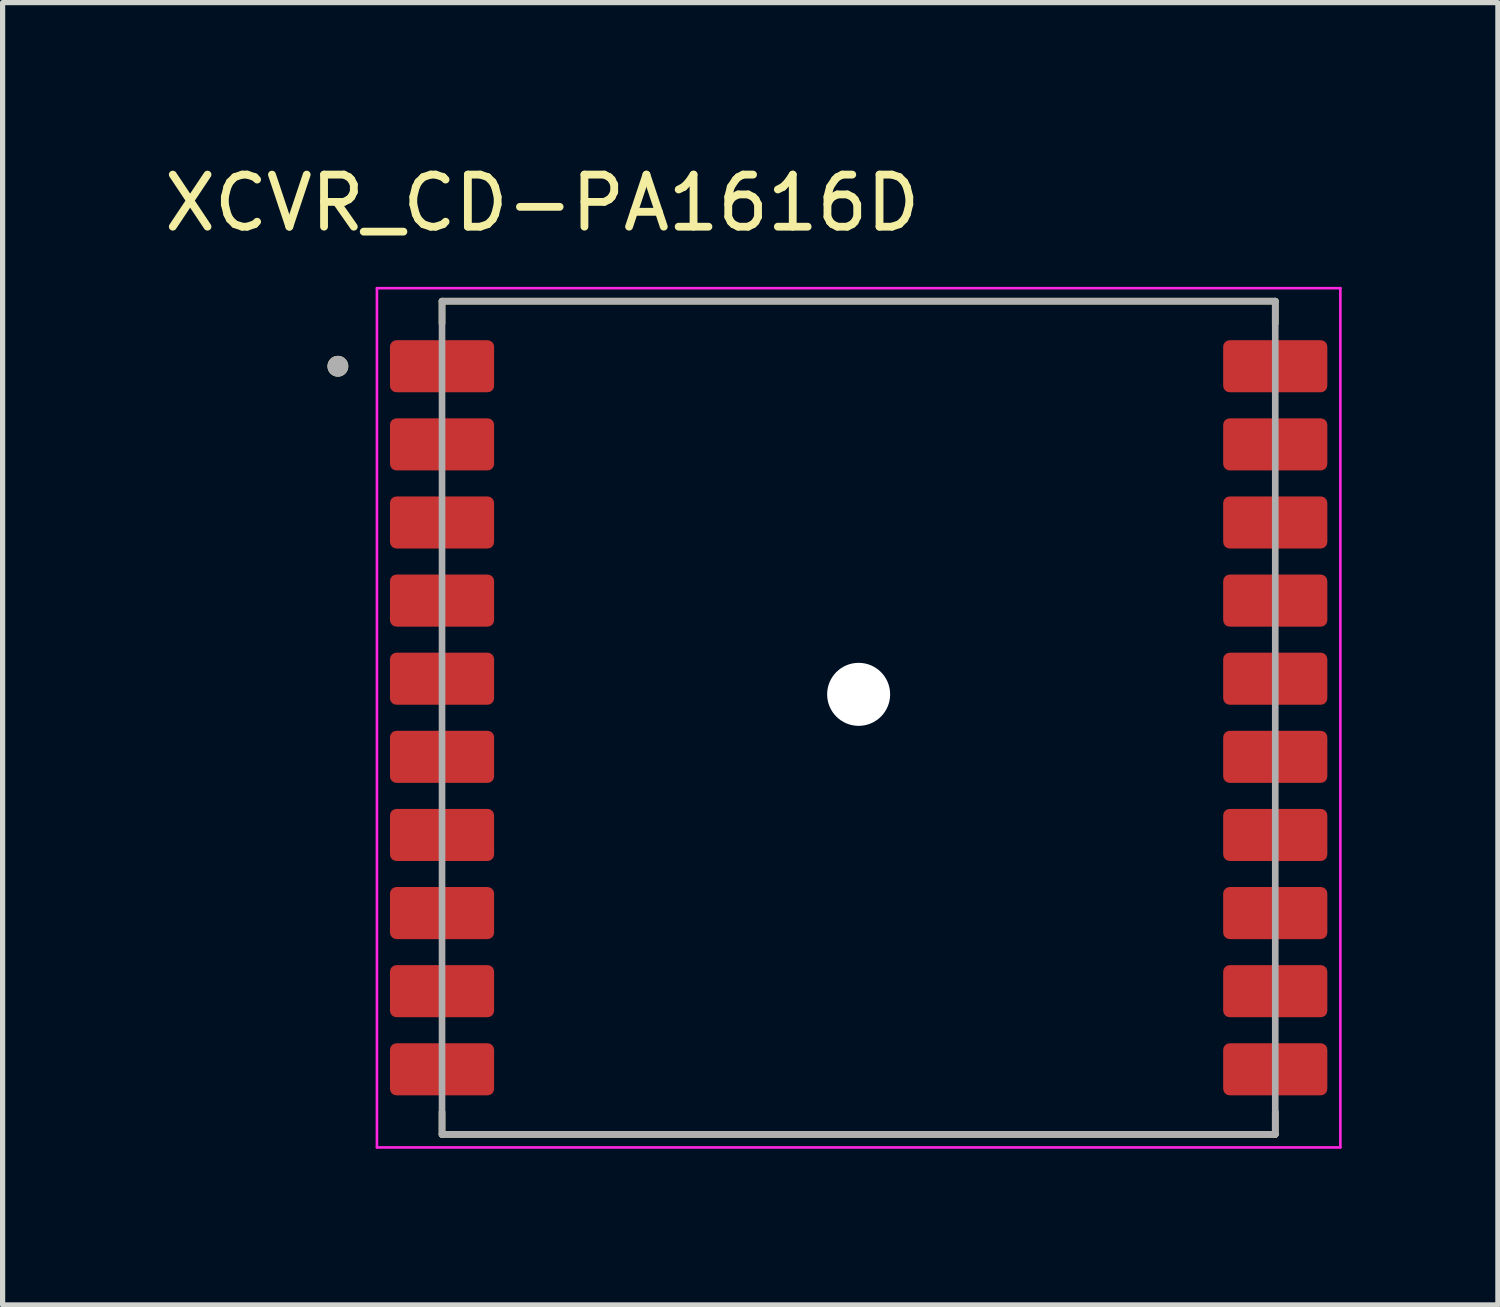
<source format=kicad_pcb>
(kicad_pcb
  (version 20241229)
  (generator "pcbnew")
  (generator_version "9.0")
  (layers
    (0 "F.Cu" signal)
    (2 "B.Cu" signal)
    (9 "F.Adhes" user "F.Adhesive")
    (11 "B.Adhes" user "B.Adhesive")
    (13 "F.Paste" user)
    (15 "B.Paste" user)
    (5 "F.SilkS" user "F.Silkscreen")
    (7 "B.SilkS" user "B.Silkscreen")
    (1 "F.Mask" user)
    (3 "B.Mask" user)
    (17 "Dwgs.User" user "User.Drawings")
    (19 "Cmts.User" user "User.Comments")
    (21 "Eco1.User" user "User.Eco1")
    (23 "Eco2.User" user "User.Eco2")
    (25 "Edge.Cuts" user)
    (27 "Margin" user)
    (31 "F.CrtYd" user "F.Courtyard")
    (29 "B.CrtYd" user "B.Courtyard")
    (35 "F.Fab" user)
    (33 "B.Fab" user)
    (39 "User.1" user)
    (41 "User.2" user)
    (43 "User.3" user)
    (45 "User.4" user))
  (footprint "XCVR_CD-PA1616D"
    (layer "F.Cu")
    (at 13.438 10.733)
    (property "Reference" "XCVR_CD-PA1616D" (at -6.075 -9.885 0) (layer "F.SilkS") (effects (font (size 1 1) (thickness 0.15))))
    (attr smd)
    (fp_line (start -8 -8) (end 8 -8) (stroke (width 0.127) (type solid)) (layer "F.SilkS"))
    (fp_line (start -8 -7.57) (end -8 -8) (stroke (width 0.127) (type solid)) (layer "F.SilkS"))
    (fp_line (start -8 8) (end -8 7.57) (stroke (width 0.127) (type solid)) (layer "F.SilkS"))
    (fp_line (start 8 -8) (end 8 -7.57) (stroke (width 0.127) (type solid)) (layer "F.SilkS"))
    (fp_line (start 8 8) (end -8 8) (stroke (width 0.127) (type solid)) (layer "F.SilkS"))
    (fp_line (start 8 8) (end 8 7.57) (stroke (width 0.127) (type solid)) (layer "F.SilkS"))
    (fp_circle (center -10 -6.75) (end -9.9 -6.75) (stroke (width 0.2) (type solid)) (fill no) (layer "F.SilkS"))
    (fp_line (start -9.25 -8.25) (end -9.25 8.25) (stroke (width 0.05) (type solid)) (layer "F.CrtYd"))
    (fp_line (start -9.25 8.25) (end 9.25 8.25) (stroke (width 0.05) (type solid)) (layer "F.CrtYd"))
    (fp_line (start 9.25 -8.25) (end -9.25 -8.25) (stroke (width 0.05) (type solid)) (layer "F.CrtYd"))
    (fp_line (start 9.25 8.25) (end 9.25 -8.25) (stroke (width 0.05) (type solid)) (layer "F.CrtYd"))
    (fp_line (start -8 -8) (end 8 -8) (stroke (width 0.127) (type solid)) (layer "F.Fab"))
    (fp_line (start -8 8) (end -8 -8) (stroke (width 0.127) (type solid)) (layer "F.Fab"))
    (fp_line (start 8 -8) (end 8 8) (stroke (width 0.127) (type solid)) (layer "F.Fab"))
    (fp_line (start 8 8) (end -8 8) (stroke (width 0.127) (type solid)) (layer "F.Fab"))
    (fp_circle (center -10 -6.75) (end -9.9 -6.75) (stroke (width 0.2) (type solid)) (fill no) (layer "F.Fab"))
    (pad "" np_thru_hole circle (at 0 -0.45) (size 1.21 1.21) (drill 1.21) (layers "*.Cu" "*.Mask"))
    (pad "1" smd roundrect (at -8 -6.75) (size 2 1) (layers "F.Cu" "F.Mask" "F.Paste") (roundrect_rratio 0.125))
    (pad "2" smd roundrect (at -8 -5.25) (size 2 1) (layers "F.Cu" "F.Mask" "F.Paste") (roundrect_rratio 0.125))
    (pad "3" smd roundrect (at -8 -3.75) (size 2 1) (layers "F.Cu" "F.Mask" "F.Paste") (roundrect_rratio 0.125))
    (pad "4" smd roundrect (at -8 -2.25) (size 2 1) (layers "F.Cu" "F.Mask" "F.Paste") (roundrect_rratio 0.125))
    (pad "5" smd roundrect (at -8 -0.75) (size 2 1) (layers "F.Cu" "F.Mask" "F.Paste") (roundrect_rratio 0.125))
    (pad "6" smd roundrect (at -8 0.75) (size 2 1) (layers "F.Cu" "F.Mask" "F.Paste") (roundrect_rratio 0.125))
    (pad "7" smd roundrect (at -8 2.25) (size 2 1) (layers "F.Cu" "F.Mask" "F.Paste") (roundrect_rratio 0.125))
    (pad "8" smd roundrect (at -8 3.75) (size 2 1) (layers "F.Cu" "F.Mask" "F.Paste") (roundrect_rratio 0.125))
    (pad "9" smd roundrect (at -8 5.25) (size 2 1) (layers "F.Cu" "F.Mask" "F.Paste") (roundrect_rratio 0.125))
    (pad "10" smd roundrect (at -8 6.75) (size 2 1) (layers "F.Cu" "F.Mask" "F.Paste") (roundrect_rratio 0.125))
    (pad "11" smd roundrect (at 8 6.75) (size 2 1) (layers "F.Cu" "F.Mask" "F.Paste") (roundrect_rratio 0.125))
    (pad "12" smd roundrect (at 8 5.25) (size 2 1) (layers "F.Cu" "F.Mask" "F.Paste") (roundrect_rratio 0.125))
    (pad "13" smd roundrect (at 8 3.75) (size 2 1) (layers "F.Cu" "F.Mask" "F.Paste") (roundrect_rratio 0.125))
    (pad "14" smd roundrect (at 8 2.25) (size 2 1) (layers "F.Cu" "F.Mask" "F.Paste") (roundrect_rratio 0.125))
    (pad "15" smd roundrect (at 8 0.75) (size 2 1) (layers "F.Cu" "F.Mask" "F.Paste") (roundrect_rratio 0.125))
    (pad "16" smd roundrect (at 8 -0.75) (size 2 1) (layers "F.Cu" "F.Mask" "F.Paste") (roundrect_rratio 0.125))
    (pad "17" smd roundrect (at 8 -2.25) (size 2 1) (layers "F.Cu" "F.Mask" "F.Paste") (roundrect_rratio 0.125))
    (pad "18" smd roundrect (at 8 -3.75) (size 2 1) (layers "F.Cu" "F.Mask" "F.Paste") (roundrect_rratio 0.125))
    (pad "19" smd roundrect (at 8 -5.25) (size 2 1) (layers "F.Cu" "F.Mask" "F.Paste") (roundrect_rratio 0.125))
    (pad "20" smd roundrect (at 8 -6.75) (size 2 1) (layers "F.Cu" "F.Mask" "F.Paste") (roundrect_rratio 0.125)))
  (gr_rect
    (start -3 -3)
    (end 25.713 22.008)
    (stroke (width 0.1) (type default))
    (fill no)
    (layer "Edge.Cuts")))
</source>
